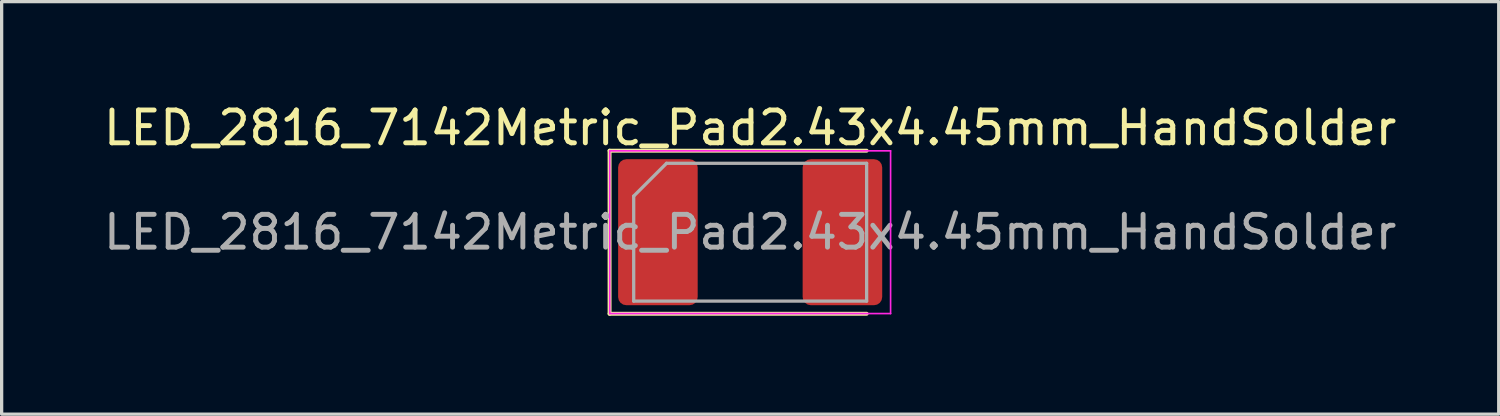
<source format=kicad_pcb>
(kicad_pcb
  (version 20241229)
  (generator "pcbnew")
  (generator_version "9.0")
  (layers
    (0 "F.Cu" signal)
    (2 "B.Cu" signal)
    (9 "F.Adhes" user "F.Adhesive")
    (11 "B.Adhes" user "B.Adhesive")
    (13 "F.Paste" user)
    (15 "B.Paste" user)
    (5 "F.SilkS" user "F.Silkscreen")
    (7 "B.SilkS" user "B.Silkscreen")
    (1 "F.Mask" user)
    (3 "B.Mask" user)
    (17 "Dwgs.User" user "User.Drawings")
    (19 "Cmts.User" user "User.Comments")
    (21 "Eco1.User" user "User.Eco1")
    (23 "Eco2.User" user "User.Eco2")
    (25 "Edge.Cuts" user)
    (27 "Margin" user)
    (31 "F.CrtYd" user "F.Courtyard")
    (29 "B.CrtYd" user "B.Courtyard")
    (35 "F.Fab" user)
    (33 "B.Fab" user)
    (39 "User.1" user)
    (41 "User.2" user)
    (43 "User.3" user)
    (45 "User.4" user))
  (footprint "LED_2816_7142Metric_Pad2.43x4.45mm_HandSolder"
    (layer "F.Cu")
    (at 19.815 4.028)
    (property "Reference" "LED_2816_7142Metric_Pad2.43x4.45mm_HandSolder" (at 0 -3.18 0) (layer "F.SilkS") (effects (font (size 1 1) (thickness 0.15))))
    (attr smd)
    (fp_line (start -4.285 -2.485) (end -4.285 2.485) (stroke (width 0.12) (type solid)) (layer "F.SilkS"))
    (fp_line (start -4.285 2.485) (end 3.55 2.485) (stroke (width 0.12) (type solid)) (layer "F.SilkS"))
    (fp_line (start 3.55 -2.485) (end -4.285 -2.485) (stroke (width 0.12) (type solid)) (layer "F.SilkS"))
    (fp_line (start -4.28 -2.48) (end 4.28 -2.48) (stroke (width 0.05) (type solid)) (layer "F.CrtYd"))
    (fp_line (start -4.28 2.48) (end -4.28 -2.48) (stroke (width 0.05) (type solid)) (layer "F.CrtYd"))
    (fp_line (start 4.28 -2.48) (end 4.28 2.48) (stroke (width 0.05) (type solid)) (layer "F.CrtYd"))
    (fp_line (start 4.28 2.48) (end -4.28 2.48) (stroke (width 0.05) (type solid)) (layer "F.CrtYd"))
    (fp_line (start -3.55 -1.1) (end -3.55 2.1) (stroke (width 0.1) (type solid)) (layer "F.Fab"))
    (fp_line (start -3.55 2.1) (end 3.55 2.1) (stroke (width 0.1) (type solid)) (layer "F.Fab"))
    (fp_line (start -2.55 -2.1) (end -3.55 -1.1) (stroke (width 0.1) (type solid)) (layer "F.Fab"))
    (fp_line (start 3.55 -2.1) (end -2.55 -2.1) (stroke (width 0.1) (type solid)) (layer "F.Fab"))
    (fp_line (start 3.55 2.1) (end 3.55 -2.1) (stroke (width 0.1) (type solid)) (layer "F.Fab"))
    (fp_text user "${REFERENCE}" (at 0 0 0) (layer "F.Fab") (effects (font (size 1 1) (thickness 0.15))))
    (pad "1" smd roundrect (at -2.812 0) (size 2.425 4.45) (layers "F.Cu" "F.Mask" "F.Paste") (roundrect_rratio 0.103))
    (pad "2" smd roundrect (at 2.812 0) (size 2.425 4.45) (layers "F.Cu" "F.Mask" "F.Paste") (roundrect_rratio 0.103)))
  (gr_rect
    (start -3 -3)
    (end 42.631 9.573)
    (stroke (width 0.1) (type default))
    (fill no)
    (layer "Edge.Cuts")))
</source>
